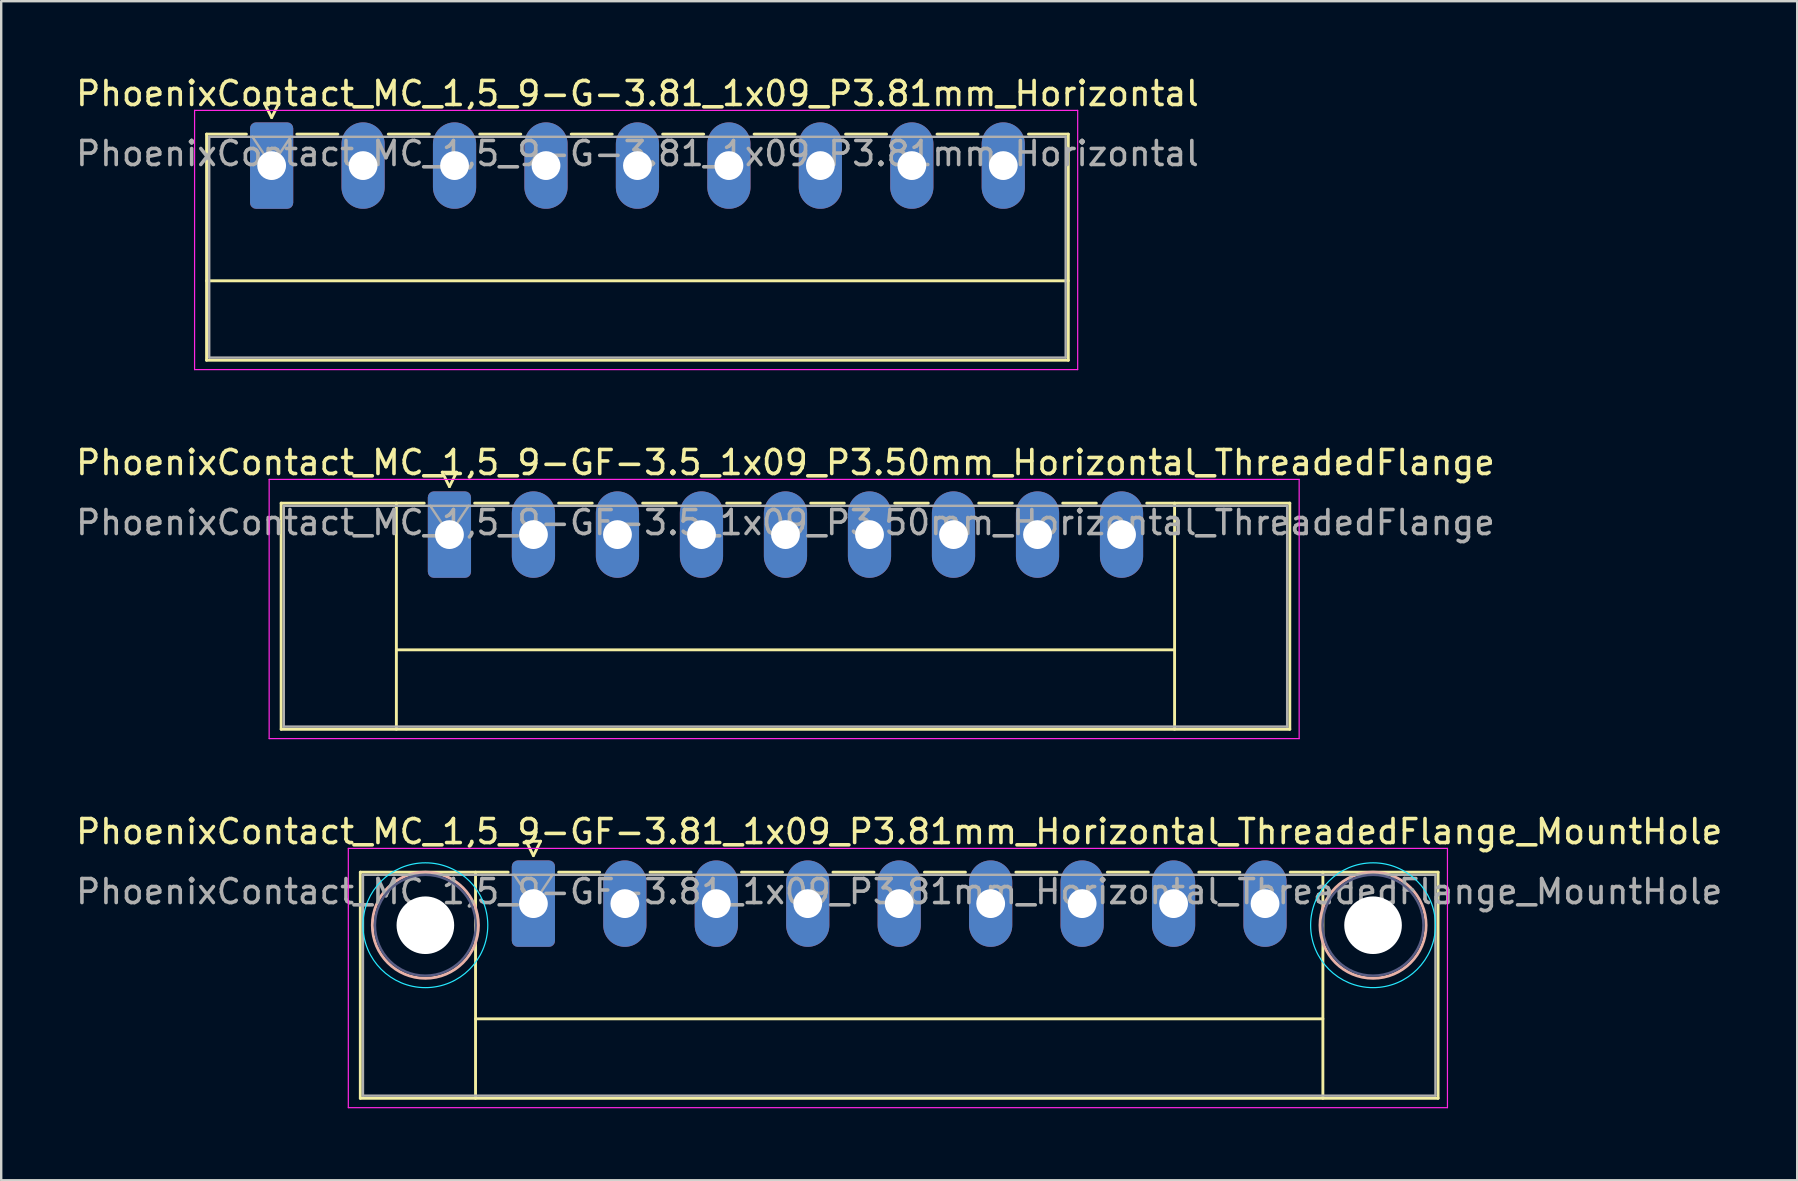
<source format=kicad_pcb>
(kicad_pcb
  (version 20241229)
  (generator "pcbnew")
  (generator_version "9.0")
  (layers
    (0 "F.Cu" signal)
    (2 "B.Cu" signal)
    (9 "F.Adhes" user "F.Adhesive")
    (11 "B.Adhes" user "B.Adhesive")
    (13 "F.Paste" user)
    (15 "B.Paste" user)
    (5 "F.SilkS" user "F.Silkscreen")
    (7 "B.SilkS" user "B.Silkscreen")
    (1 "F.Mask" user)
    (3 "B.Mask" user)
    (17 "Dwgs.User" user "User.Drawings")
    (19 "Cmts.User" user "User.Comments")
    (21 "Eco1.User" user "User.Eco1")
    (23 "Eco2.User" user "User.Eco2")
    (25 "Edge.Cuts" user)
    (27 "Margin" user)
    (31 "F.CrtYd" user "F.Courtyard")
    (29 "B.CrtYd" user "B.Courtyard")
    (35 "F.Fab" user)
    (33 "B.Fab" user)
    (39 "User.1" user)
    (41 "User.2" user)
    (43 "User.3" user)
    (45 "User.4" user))
  (footprint "PhoenixContact_MC_1,5_9-G-3.81_1x09_P3.81mm_Horizontal"
    (layer "F.Cu")
    (at 8.266 3.848)
    (property "Reference" "PhoenixContact_MC_1,5_9-G-3.81_1x09_P3.81mm_Horizontal" (at 15.24 -3 0) (layer "F.SilkS") (effects (font (size 1 1) (thickness 0.15))))
    (attr through_hole)
    (fp_line (start -2.71 -1.31) (end -2.71 8.11) (stroke (width 0.12) (type solid)) (layer "F.SilkS"))
    (fp_line (start -2.71 -1.31) (end -1.05 -1.31) (stroke (width 0.12) (type solid)) (layer "F.SilkS"))
    (fp_line (start -2.71 4.8) (end 33.19 4.8) (stroke (width 0.12) (type solid)) (layer "F.SilkS"))
    (fp_line (start -2.71 8.11) (end 33.19 8.11) (stroke (width 0.12) (type solid)) (layer "F.SilkS"))
    (fp_line (start -0.3 -2.6) (end 0.3 -2.6) (stroke (width 0.12) (type solid)) (layer "F.SilkS"))
    (fp_line (start 0 -2) (end -0.3 -2.6) (stroke (width 0.12) (type solid)) (layer "F.SilkS"))
    (fp_line (start 0.3 -2.6) (end 0 -2) (stroke (width 0.12) (type solid)) (layer "F.SilkS"))
    (fp_line (start 1.05 -1.31) (end 2.76 -1.31) (stroke (width 0.12) (type solid)) (layer "F.SilkS"))
    (fp_line (start 4.86 -1.31) (end 6.57 -1.31) (stroke (width 0.12) (type solid)) (layer "F.SilkS"))
    (fp_line (start 8.67 -1.31) (end 10.38 -1.31) (stroke (width 0.12) (type solid)) (layer "F.SilkS"))
    (fp_line (start 12.48 -1.31) (end 14.19 -1.31) (stroke (width 0.12) (type solid)) (layer "F.SilkS"))
    (fp_line (start 16.29 -1.31) (end 18 -1.31) (stroke (width 0.12) (type solid)) (layer "F.SilkS"))
    (fp_line (start 20.1 -1.31) (end 21.81 -1.31) (stroke (width 0.12) (type solid)) (layer "F.SilkS"))
    (fp_line (start 23.91 -1.31) (end 25.62 -1.31) (stroke (width 0.12) (type solid)) (layer "F.SilkS"))
    (fp_line (start 27.72 -1.31) (end 29.43 -1.31) (stroke (width 0.12) (type solid)) (layer "F.SilkS"))
    (fp_line (start 33.19 -1.31) (end 31.53 -1.31) (stroke (width 0.12) (type solid)) (layer "F.SilkS"))
    (fp_line (start 33.19 8.11) (end 33.19 -1.31) (stroke (width 0.12) (type solid)) (layer "F.SilkS"))
    (fp_line (start -3.21 -2.3) (end -3.21 8.5) (stroke (width 0.05) (type solid)) (layer "F.CrtYd"))
    (fp_line (start -3.21 8.5) (end 33.58 8.5) (stroke (width 0.05) (type solid)) (layer "F.CrtYd"))
    (fp_line (start 33.58 -2.3) (end -3.21 -2.3) (stroke (width 0.05) (type solid)) (layer "F.CrtYd"))
    (fp_line (start 33.58 8.5) (end 33.58 -2.3) (stroke (width 0.05) (type solid)) (layer "F.CrtYd"))
    (fp_line (start -2.6 -1.2) (end -2.6 8) (stroke (width 0.1) (type solid)) (layer "F.Fab"))
    (fp_line (start -2.6 8) (end 33.08 8) (stroke (width 0.1) (type solid)) (layer "F.Fab"))
    (fp_line (start 0 0) (end -0.8 -1.2) (stroke (width 0.1) (type solid)) (layer "F.Fab"))
    (fp_line (start 0.8 -1.2) (end 0 0) (stroke (width 0.1) (type solid)) (layer "F.Fab"))
    (fp_line (start 33.08 -1.2) (end -2.6 -1.2) (stroke (width 0.1) (type solid)) (layer "F.Fab"))
    (fp_line (start 33.08 8) (end 33.08 -1.2) (stroke (width 0.1) (type solid)) (layer "F.Fab"))
    (fp_text user "${REFERENCE}" (at 15.24 -0.5 0) (layer "F.Fab") (effects (font (size 1 1) (thickness 0.15))))
    (pad "1" thru_hole roundrect (at 0 0) (size 1.8 3.6) (drill 1.2) (layers "*.Cu" "*.Mask") (roundrect_rratio 0.139))
    (pad "2" thru_hole oval (at 3.81 0) (size 1.8 3.6) (drill 1.2) (layers "*.Cu" "*.Mask"))
    (pad "3" thru_hole oval (at 7.62 0) (size 1.8 3.6) (drill 1.2) (layers "*.Cu" "*.Mask"))
    (pad "4" thru_hole oval (at 11.43 0) (size 1.8 3.6) (drill 1.2) (layers "*.Cu" "*.Mask"))
    (pad "5" thru_hole oval (at 15.24 0) (size 1.8 3.6) (drill 1.2) (layers "*.Cu" "*.Mask"))
    (pad "6" thru_hole oval (at 19.05 0) (size 1.8 3.6) (drill 1.2) (layers "*.Cu" "*.Mask"))
    (pad "7" thru_hole oval (at 22.86 0) (size 1.8 3.6) (drill 1.2) (layers "*.Cu" "*.Mask"))
    (pad "8" thru_hole oval (at 26.67 0) (size 1.8 3.6) (drill 1.2) (layers "*.Cu" "*.Mask"))
    (pad "9" thru_hole oval (at 30.48 0) (size 1.8 3.6) (drill 1.2) (layers "*.Cu" "*.Mask")))
  (footprint "PhoenixContact_MC_1,5_9-GF-3.81_1x09_P3.81mm_Horizontal_ThreadedFlange_MountHole"
    (layer "F.Cu")
    (at 19.171 34.595)
    (property "Reference" "PhoenixContact_MC_1,5_9-GF-3.81_1x09_P3.81mm_Horizontal_ThreadedFlange_MountHole" (at 15.24 -3 0) (layer "F.SilkS") (effects (font (size 1 1) (thickness 0.15))))
    (attr through_hole)
    (fp_line (start -7.21 -1.31) (end -7.21 8.11) (stroke (width 0.12) (type solid)) (layer "F.SilkS"))
    (fp_line (start -7.21 -1.31) (end -1.05 -1.31) (stroke (width 0.12) (type solid)) (layer "F.SilkS"))
    (fp_line (start -7.21 8.11) (end 37.69 8.11) (stroke (width 0.12) (type solid)) (layer "F.SilkS"))
    (fp_line (start -2.41 -1.31) (end -2.41 8.11) (stroke (width 0.12) (type solid)) (layer "F.SilkS"))
    (fp_line (start -2.41 4.8) (end 32.89 4.8) (stroke (width 0.12) (type solid)) (layer "F.SilkS"))
    (fp_line (start -0.3 -2.6) (end 0.3 -2.6) (stroke (width 0.12) (type solid)) (layer "F.SilkS"))
    (fp_line (start 0 -2) (end -0.3 -2.6) (stroke (width 0.12) (type solid)) (layer "F.SilkS"))
    (fp_line (start 0.3 -2.6) (end 0 -2) (stroke (width 0.12) (type solid)) (layer "F.SilkS"))
    (fp_line (start 1.05 -1.31) (end 2.76 -1.31) (stroke (width 0.12) (type solid)) (layer "F.SilkS"))
    (fp_line (start 4.86 -1.31) (end 6.57 -1.31) (stroke (width 0.12) (type solid)) (layer "F.SilkS"))
    (fp_line (start 8.67 -1.31) (end 10.38 -1.31) (stroke (width 0.12) (type solid)) (layer "F.SilkS"))
    (fp_line (start 12.48 -1.31) (end 14.19 -1.31) (stroke (width 0.12) (type solid)) (layer "F.SilkS"))
    (fp_line (start 16.29 -1.31) (end 18 -1.31) (stroke (width 0.12) (type solid)) (layer "F.SilkS"))
    (fp_line (start 20.1 -1.31) (end 21.81 -1.31) (stroke (width 0.12) (type solid)) (layer "F.SilkS"))
    (fp_line (start 23.91 -1.31) (end 25.62 -1.31) (stroke (width 0.12) (type solid)) (layer "F.SilkS"))
    (fp_line (start 27.72 -1.31) (end 29.43 -1.31) (stroke (width 0.12) (type solid)) (layer "F.SilkS"))
    (fp_line (start 32.89 -1.31) (end 32.89 8.11) (stroke (width 0.12) (type solid)) (layer "F.SilkS"))
    (fp_line (start 37.69 -1.31) (end 31.53 -1.31) (stroke (width 0.12) (type solid)) (layer "F.SilkS"))
    (fp_line (start 37.69 8.11) (end 37.69 -1.31) (stroke (width 0.12) (type solid)) (layer "F.SilkS"))
    (fp_circle (center -4.5 0.9) (end -2.29 0.9) (stroke (width 0.12) (type solid)) (fill no) (layer "B.SilkS"))
    (fp_circle (center 34.98 0.9) (end 37.19 0.9) (stroke (width 0.12) (type solid)) (fill no) (layer "B.SilkS"))
    (fp_circle (center -4.5 0.9) (end -1.9 0.9) (stroke (width 0.05) (type solid)) (fill no) (layer "B.CrtYd"))
    (fp_circle (center 34.98 0.9) (end 37.58 0.9) (stroke (width 0.05) (type solid)) (fill no) (layer "B.CrtYd"))
    (fp_line (start -7.71 -2.3) (end -7.71 8.5) (stroke (width 0.05) (type solid)) (layer "F.CrtYd"))
    (fp_line (start -7.71 8.5) (end 38.08 8.5) (stroke (width 0.05) (type solid)) (layer "F.CrtYd"))
    (fp_line (start 38.08 -2.3) (end -7.71 -2.3) (stroke (width 0.05) (type solid)) (layer "F.CrtYd"))
    (fp_line (start 38.08 8.5) (end 38.08 -2.3) (stroke (width 0.05) (type solid)) (layer "F.CrtYd"))
    (fp_circle (center -4.5 0.9) (end -2.4 0.9) (stroke (width 0.1) (type solid)) (fill no) (layer "B.Fab"))
    (fp_circle (center 34.98 0.9) (end 37.08 0.9) (stroke (width 0.1) (type solid)) (fill no) (layer "B.Fab"))
    (fp_line (start -7.1 -1.2) (end -7.1 8) (stroke (width 0.1) (type solid)) (layer "F.Fab"))
    (fp_line (start -7.1 8) (end 37.58 8) (stroke (width 0.1) (type solid)) (layer "F.Fab"))
    (fp_line (start 0 0) (end -0.8 -1.2) (stroke (width 0.1) (type solid)) (layer "F.Fab"))
    (fp_line (start 0.8 -1.2) (end 0 0) (stroke (width 0.1) (type solid)) (layer "F.Fab"))
    (fp_line (start 37.58 -1.2) (end -7.1 -1.2) (stroke (width 0.1) (type solid)) (layer "F.Fab"))
    (fp_line (start 37.58 8) (end 37.58 -1.2) (stroke (width 0.1) (type solid)) (layer "F.Fab"))
    (fp_text user "${REFERENCE}" (at 15.24 -0.5 0) (layer "F.Fab") (effects (font (size 1 1) (thickness 0.15))))
    (pad "" np_thru_hole circle (at -4.5 0.9) (size 2.4 2.4) (drill 2.4) (layers "*.Cu" "*.Mask"))
    (pad "" np_thru_hole circle (at 34.98 0.9) (size 2.4 2.4) (drill 2.4) (layers "*.Cu" "*.Mask"))
    (pad "1" thru_hole roundrect (at 0 0) (size 1.8 3.6) (drill 1.2) (layers "*.Cu" "*.Mask") (roundrect_rratio 0.139))
    (pad "2" thru_hole oval (at 3.81 0) (size 1.8 3.6) (drill 1.2) (layers "*.Cu" "*.Mask"))
    (pad "3" thru_hole oval (at 7.62 0) (size 1.8 3.6) (drill 1.2) (layers "*.Cu" "*.Mask"))
    (pad "4" thru_hole oval (at 11.43 0) (size 1.8 3.6) (drill 1.2) (layers "*.Cu" "*.Mask"))
    (pad "5" thru_hole oval (at 15.24 0) (size 1.8 3.6) (drill 1.2) (layers "*.Cu" "*.Mask"))
    (pad "6" thru_hole oval (at 19.05 0) (size 1.8 3.6) (drill 1.2) (layers "*.Cu" "*.Mask"))
    (pad "7" thru_hole oval (at 22.86 0) (size 1.8 3.6) (drill 1.2) (layers "*.Cu" "*.Mask"))
    (pad "8" thru_hole oval (at 26.67 0) (size 1.8 3.6) (drill 1.2) (layers "*.Cu" "*.Mask"))
    (pad "9" thru_hole oval (at 30.48 0) (size 1.8 3.6) (drill 1.2) (layers "*.Cu" "*.Mask")))
  (footprint "PhoenixContact_MC_1,5_9-GF-3.5_1x09_P3.50mm_Horizontal_ThreadedFlange"
    (layer "F.Cu")
    (at 15.673 19.221)
    (property "Reference" "PhoenixContact_MC_1,5_9-GF-3.5_1x09_P3.50mm_Horizontal_ThreadedFlange" (at 14 -3 0) (layer "F.SilkS") (effects (font (size 1 1) (thickness 0.15))))
    (attr through_hole)
    (fp_line (start -7.01 -1.31) (end -7.01 8.11) (stroke (width 0.12) (type solid)) (layer "F.SilkS"))
    (fp_line (start -7.01 -1.31) (end -1.05 -1.31) (stroke (width 0.12) (type solid)) (layer "F.SilkS"))
    (fp_line (start -7.01 8.11) (end 35.01 8.11) (stroke (width 0.12) (type solid)) (layer "F.SilkS"))
    (fp_line (start -2.21 -1.31) (end -2.21 8.11) (stroke (width 0.12) (type solid)) (layer "F.SilkS"))
    (fp_line (start -2.21 4.8) (end 30.21 4.8) (stroke (width 0.12) (type solid)) (layer "F.SilkS"))
    (fp_line (start -0.3 -2.6) (end 0.3 -2.6) (stroke (width 0.12) (type solid)) (layer "F.SilkS"))
    (fp_line (start 0 -2) (end -0.3 -2.6) (stroke (width 0.12) (type solid)) (layer "F.SilkS"))
    (fp_line (start 0.3 -2.6) (end 0 -2) (stroke (width 0.12) (type solid)) (layer "F.SilkS"))
    (fp_line (start 1.05 -1.31) (end 2.45 -1.31) (stroke (width 0.12) (type solid)) (layer "F.SilkS"))
    (fp_line (start 4.55 -1.31) (end 5.95 -1.31) (stroke (width 0.12) (type solid)) (layer "F.SilkS"))
    (fp_line (start 8.05 -1.31) (end 9.45 -1.31) (stroke (width 0.12) (type solid)) (layer "F.SilkS"))
    (fp_line (start 11.55 -1.31) (end 12.95 -1.31) (stroke (width 0.12) (type solid)) (layer "F.SilkS"))
    (fp_line (start 15.05 -1.31) (end 16.45 -1.31) (stroke (width 0.12) (type solid)) (layer "F.SilkS"))
    (fp_line (start 18.55 -1.31) (end 19.95 -1.31) (stroke (width 0.12) (type solid)) (layer "F.SilkS"))
    (fp_line (start 22.05 -1.31) (end 23.45 -1.31) (stroke (width 0.12) (type solid)) (layer "F.SilkS"))
    (fp_line (start 25.55 -1.31) (end 26.95 -1.31) (stroke (width 0.12) (type solid)) (layer "F.SilkS"))
    (fp_line (start 30.21 -1.31) (end 30.21 8.11) (stroke (width 0.12) (type solid)) (layer "F.SilkS"))
    (fp_line (start 35.01 -1.31) (end 29.05 -1.31) (stroke (width 0.12) (type solid)) (layer "F.SilkS"))
    (fp_line (start 35.01 8.11) (end 35.01 -1.31) (stroke (width 0.12) (type solid)) (layer "F.SilkS"))
    (fp_line (start -7.51 -2.3) (end -7.51 8.5) (stroke (width 0.05) (type solid)) (layer "F.CrtYd"))
    (fp_line (start -7.51 8.5) (end 35.4 8.5) (stroke (width 0.05) (type solid)) (layer "F.CrtYd"))
    (fp_line (start 35.4 -2.3) (end -7.51 -2.3) (stroke (width 0.05) (type solid)) (layer "F.CrtYd"))
    (fp_line (start 35.4 8.5) (end 35.4 -2.3) (stroke (width 0.05) (type solid)) (layer "F.CrtYd"))
    (fp_line (start -6.9 -1.2) (end -6.9 8) (stroke (width 0.1) (type solid)) (layer "F.Fab"))
    (fp_line (start -6.9 8) (end 34.9 8) (stroke (width 0.1) (type solid)) (layer "F.Fab"))
    (fp_line (start 0 0) (end -0.8 -1.2) (stroke (width 0.1) (type solid)) (layer "F.Fab"))
    (fp_line (start 0.8 -1.2) (end 0 0) (stroke (width 0.1) (type solid)) (layer "F.Fab"))
    (fp_line (start 34.9 -1.2) (end -6.9 -1.2) (stroke (width 0.1) (type solid)) (layer "F.Fab"))
    (fp_line (start 34.9 8) (end 34.9 -1.2) (stroke (width 0.1) (type solid)) (layer "F.Fab"))
    (fp_text user "${REFERENCE}" (at 14 -0.5 0) (layer "F.Fab") (effects (font (size 1 1) (thickness 0.15))))
    (pad "1" thru_hole roundrect (at 0 0) (size 1.8 3.6) (drill 1.2) (layers "*.Cu" "*.Mask") (roundrect_rratio 0.139))
    (pad "2" thru_hole oval (at 3.5 0) (size 1.8 3.6) (drill 1.2) (layers "*.Cu" "*.Mask"))
    (pad "3" thru_hole oval (at 7 0) (size 1.8 3.6) (drill 1.2) (layers "*.Cu" "*.Mask"))
    (pad "4" thru_hole oval (at 10.5 0) (size 1.8 3.6) (drill 1.2) (layers "*.Cu" "*.Mask"))
    (pad "5" thru_hole oval (at 14 0) (size 1.8 3.6) (drill 1.2) (layers "*.Cu" "*.Mask"))
    (pad "6" thru_hole oval (at 17.5 0) (size 1.8 3.6) (drill 1.2) (layers "*.Cu" "*.Mask"))
    (pad "7" thru_hole oval (at 21 0) (size 1.8 3.6) (drill 1.2) (layers "*.Cu" "*.Mask"))
    (pad "8" thru_hole oval (at 24.5 0) (size 1.8 3.6) (drill 1.2) (layers "*.Cu" "*.Mask"))
    (pad "9" thru_hole oval (at 28 0) (size 1.8 3.6) (drill 1.2) (layers "*.Cu" "*.Mask")))
  (gr_rect
    (start -3 -3)
    (end 71.821 46.12)
    (stroke (width 0.1) (type default))
    (fill no)
    (layer "Edge.Cuts")))
</source>
